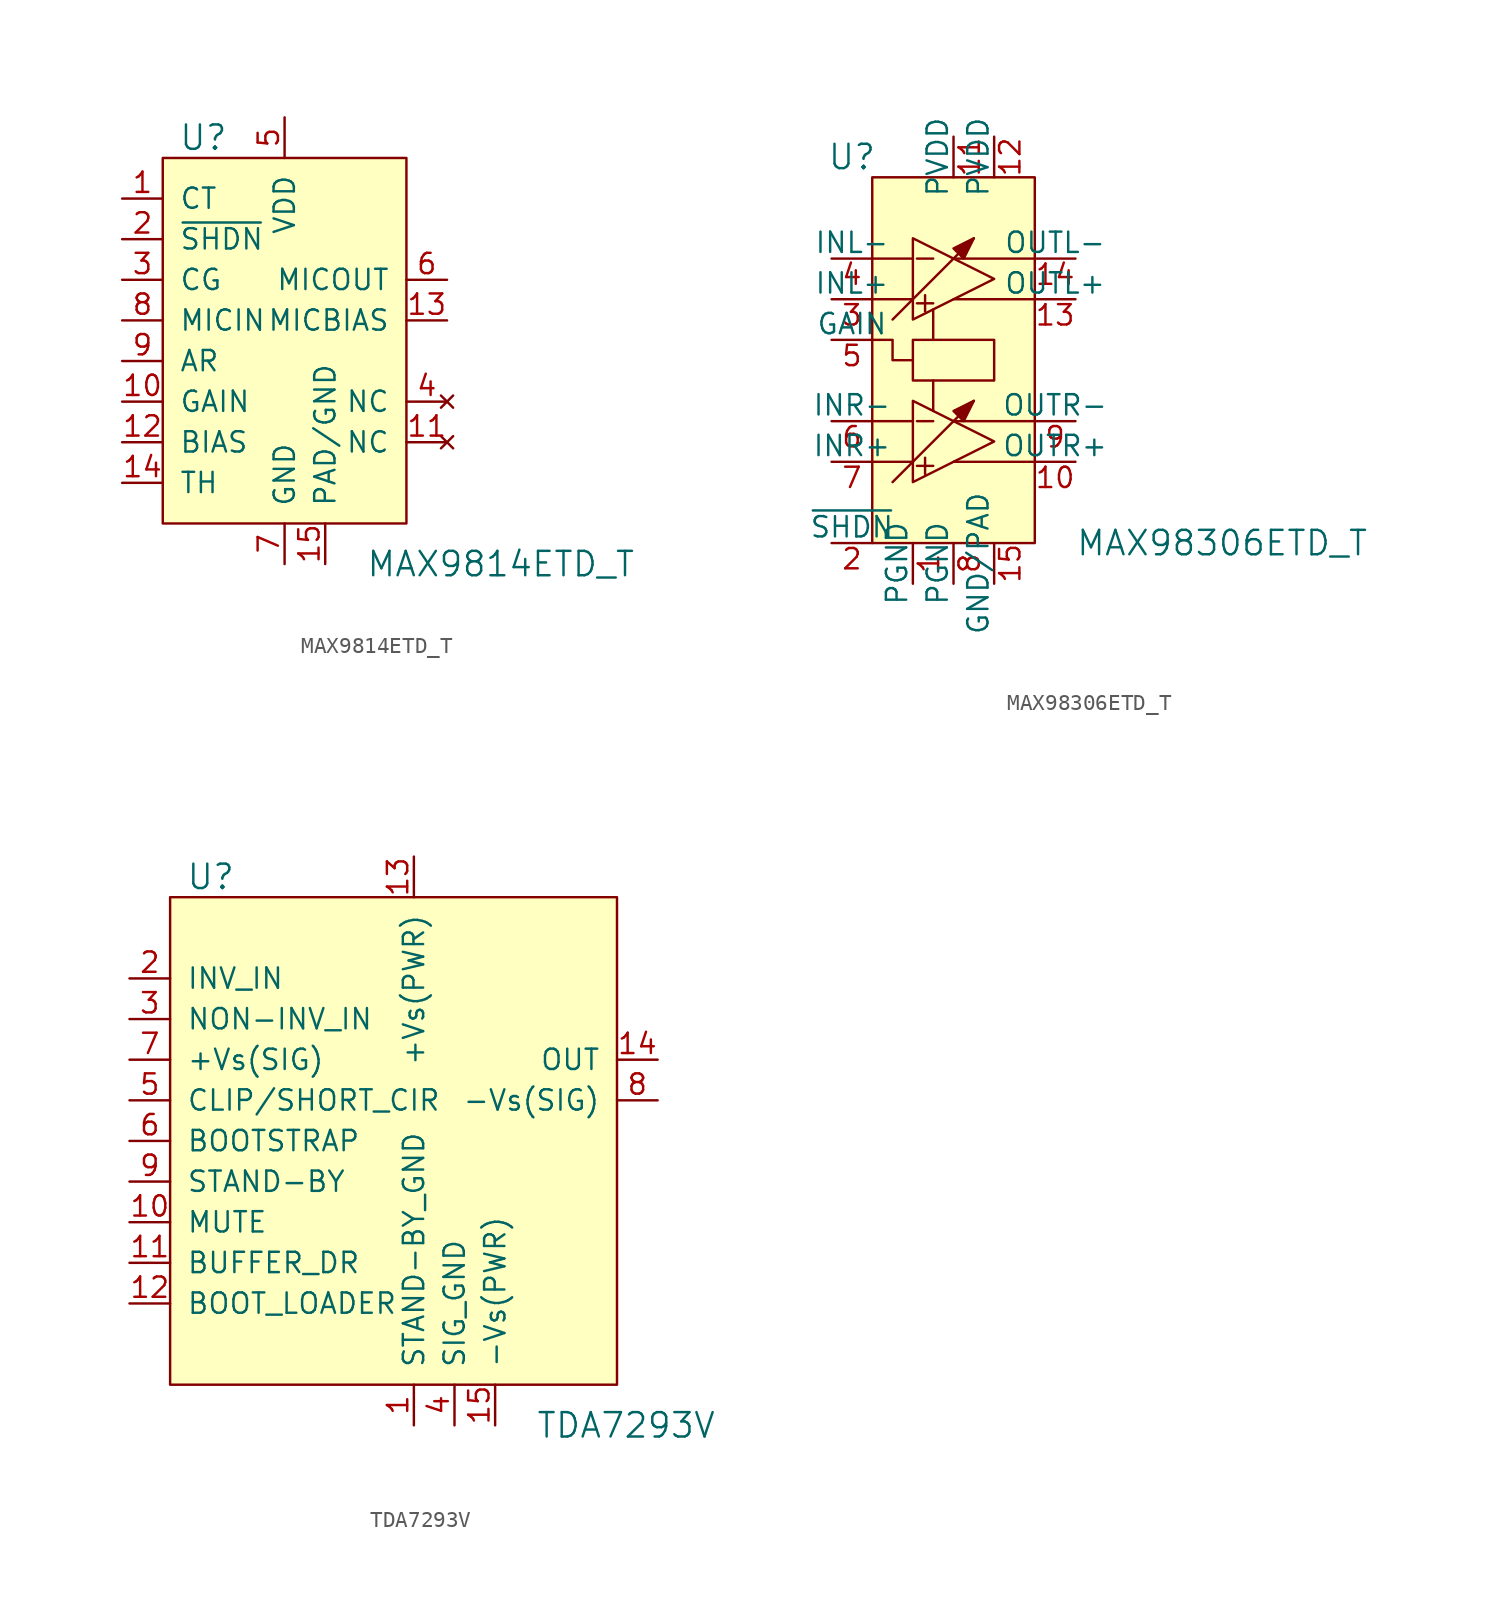
<source format=kicad_sym>
(kicad_symbol_lib
  (version 20201005)
  (generator kicad_symbol_editor)
  (symbol "MAX9814ETD_T"
    (pin_names
      (offset 1.016))
    (property "Reference" "U"
      (at -7.62 3.81 0)
      (effects (font (size 1.524 1.524))))
    (property "Value" "MAX9814ETD_T"
      (at 2.54 -22.86 0)
      (effects (font (size 1.524 1.524)) (justify left)))
    (symbol "MAX9814ETD_T_0_1"
      (rectangle (start -10.16 2.54) (end 5.08 -20.32) (stroke (width 0)) (fill (type background))))
    (symbol "MAX9814ETD_T_1_1"
      (pin passive line (at -12.7 0 0) (length 2.54) (name "CT" (effects (font (size 1.27 1.27)))) (number "1" (effects (font (size 1.27 1.27)))))
      (pin input line (at -12.7 -2.54 0) (length 2.54) (name "~SHDN" (effects (font (size 1.27 1.27)))) (number "2" (effects (font (size 1.27 1.27)))))
      (pin input line (at -12.7 -5.08 0) (length 2.54) (name "CG" (effects (font (size 1.27 1.27)))) (number "3" (effects (font (size 1.27 1.27)))))
      (pin no_connect line (at 7.62 -12.7 180) (length 2.54) (name "NC" (effects (font (size 1.27 1.27)))) (number "4" (effects (font (size 1.27 1.27)))))
      (pin power_in line (at -2.54 5.08 270) (length 2.54) (name "VDD" (effects (font (size 1.27 1.27)))) (number "5" (effects (font (size 1.27 1.27)))))
      (pin output line (at 7.62 -5.08 180) (length 2.54) (name "MICOUT" (effects (font (size 1.27 1.27)))) (number "6" (effects (font (size 1.27 1.27)))))
      (pin power_in line (at -2.54 -22.86 90) (length 2.54) (name "GND" (effects (font (size 1.27 1.27)))) (number "7" (effects (font (size 1.27 1.27)))))
      (pin input line (at -12.7 -7.62 0) (length 2.54) (name "MICIN" (effects (font (size 1.27 1.27)))) (number "8" (effects (font (size 1.27 1.27)))))
      (pin input line (at -12.7 -10.16 0) (length 2.54) (name "AR" (effects (font (size 1.27 1.27)))) (number "9" (effects (font (size 1.27 1.27)))))
      (pin input line (at -12.7 -12.7 0) (length 2.54) (name "GAIN" (effects (font (size 1.27 1.27)))) (number "10" (effects (font (size 1.27 1.27)))))
      (pin no_connect line (at 7.62 -15.24 180) (length 2.54) (name "NC" (effects (font (size 1.27 1.27)))) (number "11" (effects (font (size 1.27 1.27)))))
      (pin input line (at -12.7 -15.24 0) (length 2.54) (name "BIAS" (effects (font (size 1.27 1.27)))) (number "12" (effects (font (size 1.27 1.27)))))
      (pin output line (at 7.62 -7.62 180) (length 2.54) (name "MICBIAS" (effects (font (size 1.27 1.27)))) (number "13" (effects (font (size 1.27 1.27)))))
      (pin input line (at -12.7 -17.78 0) (length 2.54) (name "TH" (effects (font (size 1.27 1.27)))) (number "14" (effects (font (size 1.27 1.27)))))
      (pin power_in line (at 0 -22.86 90) (length 2.54) (name "PAD/GND" (effects (font (size 1.27 1.27)))) (number "15" (effects (font (size 1.27 1.27)))))))
  (symbol "MAX98306ETD_T"
    (pin_names
      (offset 0))
    (property "Reference" "U"
      (at -6.35 11.43 0)
      (effects (font (size 1.524 1.524))))
    (property "Value" "MAX98306ETD_T"
      (at 7.62 -12.7 0)
      (effects (font (size 1.524 1.524)) (justify left)))
    (symbol "MAX98306ETD_T_0_1"
      (rectangle (start -5.08 10.16) (end 5.08 -12.7) (stroke (width 0)) (fill (type background)))
      (rectangle (start -2.54 0) (end 2.54 -2.54) (stroke (width 0)) (fill (type none)))
      (polyline (pts (xy -5.08 -7.62) (xy -2.54 -7.62)) (stroke (width 0)) (fill (type none)))
      (polyline (pts (xy -5.08 2.54) (xy -2.54 2.54)) (stroke (width 0)) (fill (type none)))
      (polyline (pts (xy -3.81 -8.89) (xy 1.27 -3.81)) (stroke (width 0)) (fill (type none)))
      (polyline (pts (xy -3.81 1.27) (xy 1.27 6.35)) (stroke (width 0)) (fill (type none)))
      (polyline (pts (xy -2.54 -5.08) (xy -5.08 -5.08)) (stroke (width 0)) (fill (type none)))
      (polyline (pts (xy -2.54 5.08) (xy -5.08 5.08)) (stroke (width 0)) (fill (type none)))
      (polyline (pts (xy -2.286 -7.874) (xy -1.27 -7.874)) (stroke (width 0)) (fill (type none)))
      (polyline (pts (xy -2.286 -5.08) (xy -1.27 -5.08)) (stroke (width 0)) (fill (type none)))
      (polyline (pts (xy -2.286 2.286) (xy -1.27 2.286)) (stroke (width 0)) (fill (type none)))
      (polyline (pts (xy -2.286 5.08) (xy -1.27 5.08)) (stroke (width 0)) (fill (type none)))
      (polyline (pts (xy -1.778 -7.366) (xy -1.778 -8.382)) (stroke (width 0)) (fill (type none)))
      (polyline (pts (xy -1.778 2.794) (xy -1.778 1.778)) (stroke (width 0)) (fill (type none)))
      (polyline (pts (xy -1.27 -4.445) (xy -1.27 -2.54)) (stroke (width 0)) (fill (type none)))
      (polyline (pts (xy -1.27 1.905) (xy -1.27 0)) (stroke (width 0)) (fill (type none)))
      (polyline (pts (xy 5.08 -7.62) (xy 0 -7.62)) (stroke (width 0)) (fill (type none)))
      (polyline (pts (xy 5.08 -5.08) (xy 0 -5.08)) (stroke (width 0)) (fill (type none)))
      (polyline (pts (xy 5.08 2.54) (xy 0 2.54)) (stroke (width 0)) (fill (type none)))
      (polyline (pts (xy 5.08 5.08) (xy 0 5.08)) (stroke (width 0)) (fill (type none)))
      (polyline (pts (xy -5.08 0) (xy -3.81 0) (xy -3.81 -1.27) (xy -2.54 -1.27)) (stroke (width 0)) (fill (type none)))
      (polyline (pts (xy -2.54 -3.81) (xy -2.54 -8.89) (xy 2.54 -6.35) (xy -2.54 -3.81)) (stroke (width 0)) (fill (type none)))
      (polyline (pts (xy -2.54 6.35) (xy -2.54 1.27) (xy 2.54 3.81) (xy -2.54 6.35)) (stroke (width 0)) (fill (type none)))
      (polyline (pts (xy 0 -4.445) (xy 1.27 -3.81) (xy 0.635 -5.08) (xy 0 -4.445)) (stroke (width 0)) (fill (type outline)))
      (polyline (pts (xy 0 5.715) (xy 1.27 6.35) (xy 0.635 5.08) (xy 0 5.715)) (stroke (width 0)) (fill (type outline))))
    (symbol "MAX98306ETD_T_1_1"
      (pin power_in line (at -2.54 -15.24 90) (length 2.54) (name "PGND" (effects (font (size 1.27 1.27)))) (number "1" (effects (font (size 1.27 1.27)))))
      (pin input line (at -7.62 -12.7 0) (length 2.54) (name "~SHDN" (effects (font (size 1.27 1.27)))) (number "2" (effects (font (size 1.27 1.27)))))
      (pin input line (at -7.62 2.54 0) (length 2.54) (name "INL+" (effects (font (size 1.27 1.27)))) (number "3" (effects (font (size 1.27 1.27)))))
      (pin input line (at -7.62 5.08 0) (length 2.54) (name "INL-" (effects (font (size 1.27 1.27)))) (number "4" (effects (font (size 1.27 1.27)))))
      (pin input line (at -7.62 0 0) (length 2.54) (name "GAIN" (effects (font (size 1.27 1.27)))) (number "5" (effects (font (size 1.27 1.27)))))
      (pin input line (at -7.62 -5.08 0) (length 2.54) (name "INR-" (effects (font (size 1.27 1.27)))) (number "6" (effects (font (size 1.27 1.27)))))
      (pin input line (at -7.62 -7.62 0) (length 2.54) (name "INR+" (effects (font (size 1.27 1.27)))) (number "7" (effects (font (size 1.27 1.27)))))
      (pin power_in line (at 0 -15.24 90) (length 2.54) (name "PGND" (effects (font (size 1.27 1.27)))) (number "8" (effects (font (size 1.27 1.27)))))
      (pin output line (at 7.62 -5.08 180) (length 2.54) (name "OUTR-" (effects (font (size 1.27 1.27)))) (number "9" (effects (font (size 1.27 1.27)))))
      (pin output line (at 7.62 -7.62 180) (length 2.54) (name "OUTR+" (effects (font (size 1.27 1.27)))) (number "10" (effects (font (size 1.27 1.27)))))
      (pin power_in line (at 0 12.7 270) (length 2.54) (name "PVDD" (effects (font (size 1.27 1.27)))) (number "11" (effects (font (size 1.27 1.27)))))
      (pin power_in line (at 2.54 12.7 270) (length 2.54) (name "PVDD" (effects (font (size 1.27 1.27)))) (number "12" (effects (font (size 1.27 1.27)))))
      (pin output line (at 7.62 2.54 180) (length 2.54) (name "OUTL+" (effects (font (size 1.27 1.27)))) (number "13" (effects (font (size 1.27 1.27)))))
      (pin output line (at 7.62 5.08 180) (length 2.54) (name "OUTL-" (effects (font (size 1.27 1.27)))) (number "14" (effects (font (size 1.27 1.27)))))
      (pin unspecified line (at 2.54 -15.24 90) (length 2.54) (name "GND/PAD" (effects (font (size 1.27 1.27)))) (number "15" (effects (font (size 1.27 1.27)))))))
  (symbol "TDA7293V"
    (pin_names
      (offset 1.016))
    (property "Reference" "U"
      (at -12.7 13.97 0)
      (effects (font (size 1.524 1.524))))
    (property "Value" "TDA7293V"
      (at 7.62 -20.32 0)
      (effects (font (size 1.524 1.524)) (justify left)))
    (symbol "TDA7293V_0_1"
      (rectangle (start -15.24 12.7) (end 12.7 -17.78) (stroke (width 0)) (fill (type background))))
    (symbol "TDA7293V_1_1"
      (pin power_in line (at 0 -20.32 90) (length 2.54) (name "STAND-BY_GND" (effects (font (size 1.27 1.27)))) (number "1" (effects (font (size 1.27 1.27)))))
      (pin input line (at -17.78 7.62 0) (length 2.54) (name "INV_IN" (effects (font (size 1.27 1.27)))) (number "2" (effects (font (size 1.27 1.27)))))
      (pin input line (at -17.78 5.08 0) (length 2.54) (name "NON-INV_IN" (effects (font (size 1.27 1.27)))) (number "3" (effects (font (size 1.27 1.27)))))
      (pin power_in line (at 2.54 -20.32 90) (length 2.54) (name "SIG_GND" (effects (font (size 1.27 1.27)))) (number "4" (effects (font (size 1.27 1.27)))))
      (pin input line (at -17.78 0 0) (length 2.54) (name "CLIP/SHORT_CIR" (effects (font (size 1.27 1.27)))) (number "5" (effects (font (size 1.27 1.27)))))
      (pin passive line (at -17.78 -2.54 0) (length 2.54) (name "BOOTSTRAP" (effects (font (size 1.27 1.27)))) (number "6" (effects (font (size 1.27 1.27)))))
      (pin input line (at -17.78 2.54 0) (length 2.54) (name "+Vs(SIG)" (effects (font (size 1.27 1.27)))) (number "7" (effects (font (size 1.27 1.27)))))
      (pin output line (at 15.24 0 180) (length 2.54) (name "-Vs(SIG)" (effects (font (size 1.27 1.27)))) (number "8" (effects (font (size 1.27 1.27)))))
      (pin input line (at -17.78 -5.08 0) (length 2.54) (name "STAND-BY" (effects (font (size 1.27 1.27)))) (number "9" (effects (font (size 1.27 1.27)))))
      (pin input line (at -17.78 -7.62 0) (length 2.54) (name "MUTE" (effects (font (size 1.27 1.27)))) (number "10" (effects (font (size 1.27 1.27)))))
      (pin input line (at -17.78 -10.16 0) (length 2.54) (name "BUFFER_DR" (effects (font (size 1.27 1.27)))) (number "11" (effects (font (size 1.27 1.27)))))
      (pin passive line (at -17.78 -12.7 0) (length 2.54) (name "BOOT_LOADER" (effects (font (size 1.27 1.27)))) (number "12" (effects (font (size 1.27 1.27)))))
      (pin power_in line (at 0 15.24 270) (length 2.54) (name "+Vs(PWR)" (effects (font (size 1.27 1.27)))) (number "13" (effects (font (size 1.27 1.27)))))
      (pin output line (at 15.24 2.54 180) (length 2.54) (name "OUT" (effects (font (size 1.27 1.27)))) (number "14" (effects (font (size 1.27 1.27)))))
      (pin power_in line (at 5.08 -20.32 90) (length 2.54) (name "-Vs(PWR)" (effects (font (size 1.27 1.27)))) (number "15" (effects (font (size 1.27 1.27))))))))
</source>
